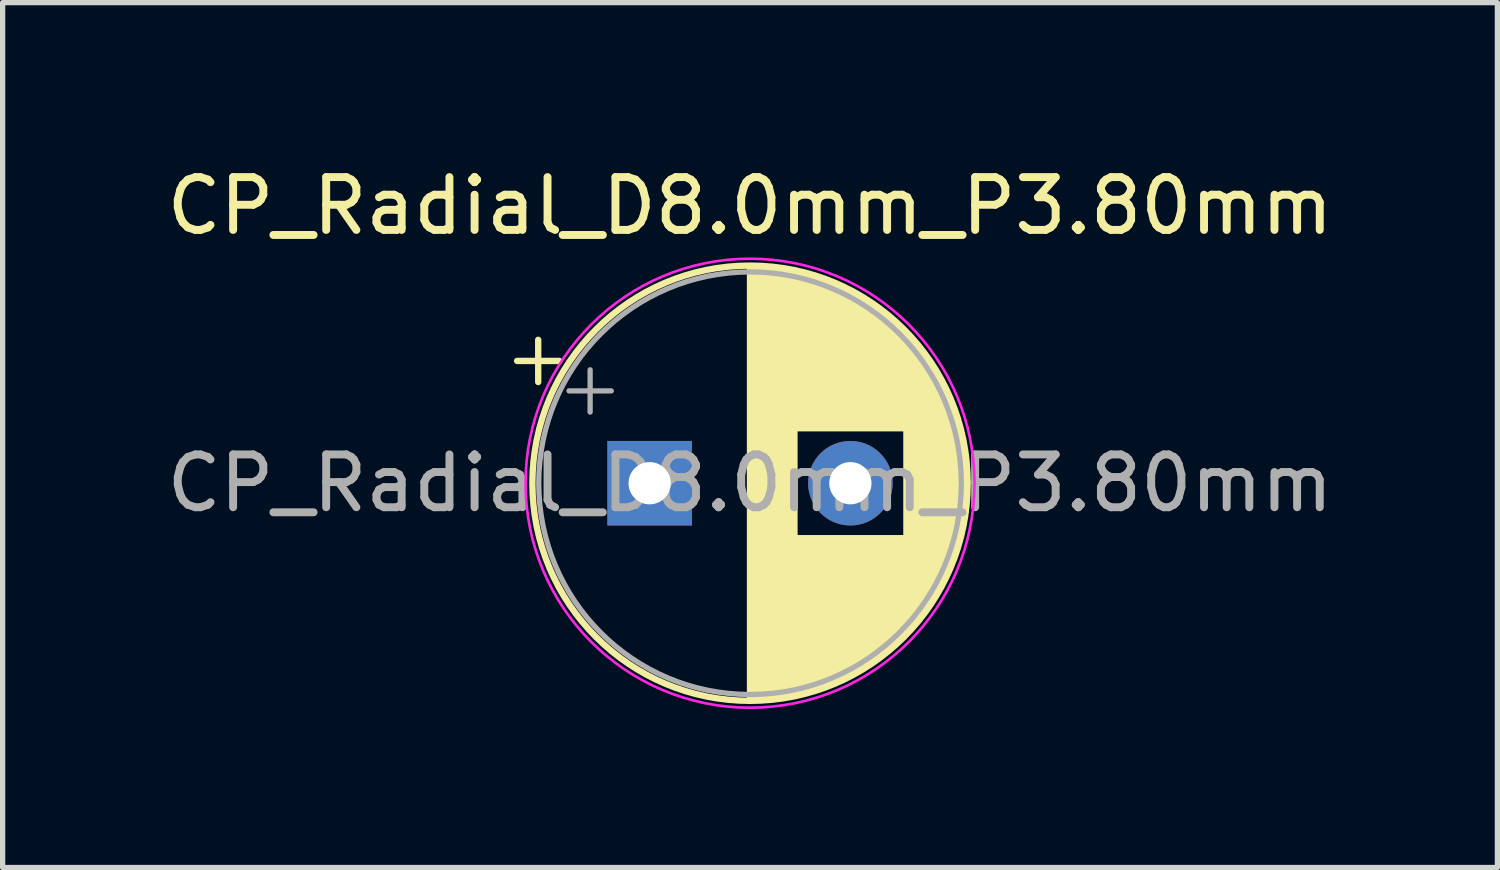
<source format=kicad_pcb>
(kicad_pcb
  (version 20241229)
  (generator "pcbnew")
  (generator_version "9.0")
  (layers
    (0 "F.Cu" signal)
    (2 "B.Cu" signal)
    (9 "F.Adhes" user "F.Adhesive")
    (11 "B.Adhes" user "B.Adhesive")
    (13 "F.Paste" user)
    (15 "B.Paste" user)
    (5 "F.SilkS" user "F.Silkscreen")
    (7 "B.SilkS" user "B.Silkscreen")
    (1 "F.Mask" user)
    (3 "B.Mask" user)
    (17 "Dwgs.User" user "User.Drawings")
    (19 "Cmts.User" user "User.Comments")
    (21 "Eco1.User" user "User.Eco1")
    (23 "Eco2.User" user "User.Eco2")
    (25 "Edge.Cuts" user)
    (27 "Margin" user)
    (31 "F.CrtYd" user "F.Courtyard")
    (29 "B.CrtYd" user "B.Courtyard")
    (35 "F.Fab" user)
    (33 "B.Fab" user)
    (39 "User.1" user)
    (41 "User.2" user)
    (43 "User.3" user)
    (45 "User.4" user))
  (footprint "CP_Radial_D8.0mm_P3.80mm"
    (layer "F.Cu")
    (at 9.249 6.098)
    (property "Reference" "CP_Radial_D8.0mm_P3.80mm" (at 1.9 -5.25 0) (layer "F.SilkS") (effects (font (size 1 1) (thickness 0.15))))
    (attr through_hole)
    (fp_line (start -2.51 -2.315) (end -1.71 -2.315) (stroke (width 0.12) (type solid)) (layer "F.SilkS"))
    (fp_line (start -2.11 -2.715) (end -2.11 -1.915) (stroke (width 0.12) (type solid)) (layer "F.SilkS"))
    (fp_line (start 1.9 -4.08) (end 1.9 4.08) (stroke (width 0.12) (type solid)) (layer "F.SilkS"))
    (fp_line (start 1.94 -4.08) (end 1.94 4.08) (stroke (width 0.12) (type solid)) (layer "F.SilkS"))
    (fp_line (start 1.98 -4.08) (end 1.98 4.08) (stroke (width 0.12) (type solid)) (layer "F.SilkS"))
    (fp_line (start 2.02 -4.079) (end 2.02 4.079) (stroke (width 0.12) (type solid)) (layer "F.SilkS"))
    (fp_line (start 2.06 -4.077) (end 2.06 4.077) (stroke (width 0.12) (type solid)) (layer "F.SilkS"))
    (fp_line (start 2.1 -4.076) (end 2.1 4.076) (stroke (width 0.12) (type solid)) (layer "F.SilkS"))
    (fp_line (start 2.14 -4.074) (end 2.14 4.074) (stroke (width 0.12) (type solid)) (layer "F.SilkS"))
    (fp_line (start 2.18 -4.071) (end 2.18 4.071) (stroke (width 0.12) (type solid)) (layer "F.SilkS"))
    (fp_line (start 2.22 -4.068) (end 2.22 4.068) (stroke (width 0.12) (type solid)) (layer "F.SilkS"))
    (fp_line (start 2.26 -4.065) (end 2.26 4.065) (stroke (width 0.12) (type solid)) (layer "F.SilkS"))
    (fp_line (start 2.3 -4.061) (end 2.3 4.061) (stroke (width 0.12) (type solid)) (layer "F.SilkS"))
    (fp_line (start 2.34 -4.057) (end 2.34 4.057) (stroke (width 0.12) (type solid)) (layer "F.SilkS"))
    (fp_line (start 2.38 -4.052) (end 2.38 4.052) (stroke (width 0.12) (type solid)) (layer "F.SilkS"))
    (fp_line (start 2.42 -4.048) (end 2.42 4.048) (stroke (width 0.12) (type solid)) (layer "F.SilkS"))
    (fp_line (start 2.46 -4.042) (end 2.46 4.042) (stroke (width 0.12) (type solid)) (layer "F.SilkS"))
    (fp_line (start 2.5 -4.037) (end 2.5 4.037) (stroke (width 0.12) (type solid)) (layer "F.SilkS"))
    (fp_line (start 2.54 -4.03) (end 2.54 4.03) (stroke (width 0.12) (type solid)) (layer "F.SilkS"))
    (fp_line (start 2.58 -4.024) (end 2.58 4.024) (stroke (width 0.12) (type solid)) (layer "F.SilkS"))
    (fp_line (start 2.621 -4.017) (end 2.621 4.017) (stroke (width 0.12) (type solid)) (layer "F.SilkS"))
    (fp_line (start 2.661 -4.01) (end 2.661 4.01) (stroke (width 0.12) (type solid)) (layer "F.SilkS"))
    (fp_line (start 2.701 -4.002) (end 2.701 4.002) (stroke (width 0.12) (type solid)) (layer "F.SilkS"))
    (fp_line (start 2.741 -3.994) (end 2.741 3.994) (stroke (width 0.12) (type solid)) (layer "F.SilkS"))
    (fp_line (start 2.781 -3.985) (end 2.781 -1.04) (stroke (width 0.12) (type solid)) (layer "F.SilkS"))
    (fp_line (start 2.781 1.04) (end 2.781 3.985) (stroke (width 0.12) (type solid)) (layer "F.SilkS"))
    (fp_line (start 2.821 -3.976) (end 2.821 -1.04) (stroke (width 0.12) (type solid)) (layer "F.SilkS"))
    (fp_line (start 2.821 1.04) (end 2.821 3.976) (stroke (width 0.12) (type solid)) (layer "F.SilkS"))
    (fp_line (start 2.861 -3.967) (end 2.861 -1.04) (stroke (width 0.12) (type solid)) (layer "F.SilkS"))
    (fp_line (start 2.861 1.04) (end 2.861 3.967) (stroke (width 0.12) (type solid)) (layer "F.SilkS"))
    (fp_line (start 2.901 -3.957) (end 2.901 -1.04) (stroke (width 0.12) (type solid)) (layer "F.SilkS"))
    (fp_line (start 2.901 1.04) (end 2.901 3.957) (stroke (width 0.12) (type solid)) (layer "F.SilkS"))
    (fp_line (start 2.941 -3.947) (end 2.941 -1.04) (stroke (width 0.12) (type solid)) (layer "F.SilkS"))
    (fp_line (start 2.941 1.04) (end 2.941 3.947) (stroke (width 0.12) (type solid)) (layer "F.SilkS"))
    (fp_line (start 2.981 -3.936) (end 2.981 -1.04) (stroke (width 0.12) (type solid)) (layer "F.SilkS"))
    (fp_line (start 2.981 1.04) (end 2.981 3.936) (stroke (width 0.12) (type solid)) (layer "F.SilkS"))
    (fp_line (start 3.021 -3.925) (end 3.021 -1.04) (stroke (width 0.12) (type solid)) (layer "F.SilkS"))
    (fp_line (start 3.021 1.04) (end 3.021 3.925) (stroke (width 0.12) (type solid)) (layer "F.SilkS"))
    (fp_line (start 3.061 -3.914) (end 3.061 -1.04) (stroke (width 0.12) (type solid)) (layer "F.SilkS"))
    (fp_line (start 3.061 1.04) (end 3.061 3.914) (stroke (width 0.12) (type solid)) (layer "F.SilkS"))
    (fp_line (start 3.101 -3.902) (end 3.101 -1.04) (stroke (width 0.12) (type solid)) (layer "F.SilkS"))
    (fp_line (start 3.101 1.04) (end 3.101 3.902) (stroke (width 0.12) (type solid)) (layer "F.SilkS"))
    (fp_line (start 3.141 -3.889) (end 3.141 -1.04) (stroke (width 0.12) (type solid)) (layer "F.SilkS"))
    (fp_line (start 3.141 1.04) (end 3.141 3.889) (stroke (width 0.12) (type solid)) (layer "F.SilkS"))
    (fp_line (start 3.181 -3.877) (end 3.181 -1.04) (stroke (width 0.12) (type solid)) (layer "F.SilkS"))
    (fp_line (start 3.181 1.04) (end 3.181 3.877) (stroke (width 0.12) (type solid)) (layer "F.SilkS"))
    (fp_line (start 3.221 -3.863) (end 3.221 -1.04) (stroke (width 0.12) (type solid)) (layer "F.SilkS"))
    (fp_line (start 3.221 1.04) (end 3.221 3.863) (stroke (width 0.12) (type solid)) (layer "F.SilkS"))
    (fp_line (start 3.261 -3.85) (end 3.261 -1.04) (stroke (width 0.12) (type solid)) (layer "F.SilkS"))
    (fp_line (start 3.261 1.04) (end 3.261 3.85) (stroke (width 0.12) (type solid)) (layer "F.SilkS"))
    (fp_line (start 3.301 -3.835) (end 3.301 -1.04) (stroke (width 0.12) (type solid)) (layer "F.SilkS"))
    (fp_line (start 3.301 1.04) (end 3.301 3.835) (stroke (width 0.12) (type solid)) (layer "F.SilkS"))
    (fp_line (start 3.341 -3.821) (end 3.341 -1.04) (stroke (width 0.12) (type solid)) (layer "F.SilkS"))
    (fp_line (start 3.341 1.04) (end 3.341 3.821) (stroke (width 0.12) (type solid)) (layer "F.SilkS"))
    (fp_line (start 3.381 -3.805) (end 3.381 -1.04) (stroke (width 0.12) (type solid)) (layer "F.SilkS"))
    (fp_line (start 3.381 1.04) (end 3.381 3.805) (stroke (width 0.12) (type solid)) (layer "F.SilkS"))
    (fp_line (start 3.421 -3.79) (end 3.421 -1.04) (stroke (width 0.12) (type solid)) (layer "F.SilkS"))
    (fp_line (start 3.421 1.04) (end 3.421 3.79) (stroke (width 0.12) (type solid)) (layer "F.SilkS"))
    (fp_line (start 3.461 -3.774) (end 3.461 -1.04) (stroke (width 0.12) (type solid)) (layer "F.SilkS"))
    (fp_line (start 3.461 1.04) (end 3.461 3.774) (stroke (width 0.12) (type solid)) (layer "F.SilkS"))
    (fp_line (start 3.501 -3.757) (end 3.501 -1.04) (stroke (width 0.12) (type solid)) (layer "F.SilkS"))
    (fp_line (start 3.501 1.04) (end 3.501 3.757) (stroke (width 0.12) (type solid)) (layer "F.SilkS"))
    (fp_line (start 3.541 -3.74) (end 3.541 -1.04) (stroke (width 0.12) (type solid)) (layer "F.SilkS"))
    (fp_line (start 3.541 1.04) (end 3.541 3.74) (stroke (width 0.12) (type solid)) (layer "F.SilkS"))
    (fp_line (start 3.581 -3.722) (end 3.581 -1.04) (stroke (width 0.12) (type solid)) (layer "F.SilkS"))
    (fp_line (start 3.581 1.04) (end 3.581 3.722) (stroke (width 0.12) (type solid)) (layer "F.SilkS"))
    (fp_line (start 3.621 -3.704) (end 3.621 -1.04) (stroke (width 0.12) (type solid)) (layer "F.SilkS"))
    (fp_line (start 3.621 1.04) (end 3.621 3.704) (stroke (width 0.12) (type solid)) (layer "F.SilkS"))
    (fp_line (start 3.661 -3.686) (end 3.661 -1.04) (stroke (width 0.12) (type solid)) (layer "F.SilkS"))
    (fp_line (start 3.661 1.04) (end 3.661 3.686) (stroke (width 0.12) (type solid)) (layer "F.SilkS"))
    (fp_line (start 3.701 -3.666) (end 3.701 -1.04) (stroke (width 0.12) (type solid)) (layer "F.SilkS"))
    (fp_line (start 3.701 1.04) (end 3.701 3.666) (stroke (width 0.12) (type solid)) (layer "F.SilkS"))
    (fp_line (start 3.741 -3.647) (end 3.741 -1.04) (stroke (width 0.12) (type solid)) (layer "F.SilkS"))
    (fp_line (start 3.741 1.04) (end 3.741 3.647) (stroke (width 0.12) (type solid)) (layer "F.SilkS"))
    (fp_line (start 3.781 -3.627) (end 3.781 -1.04) (stroke (width 0.12) (type solid)) (layer "F.SilkS"))
    (fp_line (start 3.781 1.04) (end 3.781 3.627) (stroke (width 0.12) (type solid)) (layer "F.SilkS"))
    (fp_line (start 3.821 -3.606) (end 3.821 -1.04) (stroke (width 0.12) (type solid)) (layer "F.SilkS"))
    (fp_line (start 3.821 1.04) (end 3.821 3.606) (stroke (width 0.12) (type solid)) (layer "F.SilkS"))
    (fp_line (start 3.861 -3.584) (end 3.861 -1.04) (stroke (width 0.12) (type solid)) (layer "F.SilkS"))
    (fp_line (start 3.861 1.04) (end 3.861 3.584) (stroke (width 0.12) (type solid)) (layer "F.SilkS"))
    (fp_line (start 3.901 -3.562) (end 3.901 -1.04) (stroke (width 0.12) (type solid)) (layer "F.SilkS"))
    (fp_line (start 3.901 1.04) (end 3.901 3.562) (stroke (width 0.12) (type solid)) (layer "F.SilkS"))
    (fp_line (start 3.941 -3.54) (end 3.941 -1.04) (stroke (width 0.12) (type solid)) (layer "F.SilkS"))
    (fp_line (start 3.941 1.04) (end 3.941 3.54) (stroke (width 0.12) (type solid)) (layer "F.SilkS"))
    (fp_line (start 3.981 -3.517) (end 3.981 -1.04) (stroke (width 0.12) (type solid)) (layer "F.SilkS"))
    (fp_line (start 3.981 1.04) (end 3.981 3.517) (stroke (width 0.12) (type solid)) (layer "F.SilkS"))
    (fp_line (start 4.021 -3.493) (end 4.021 -1.04) (stroke (width 0.12) (type solid)) (layer "F.SilkS"))
    (fp_line (start 4.021 1.04) (end 4.021 3.493) (stroke (width 0.12) (type solid)) (layer "F.SilkS"))
    (fp_line (start 4.061 -3.469) (end 4.061 -1.04) (stroke (width 0.12) (type solid)) (layer "F.SilkS"))
    (fp_line (start 4.061 1.04) (end 4.061 3.469) (stroke (width 0.12) (type solid)) (layer "F.SilkS"))
    (fp_line (start 4.101 -3.444) (end 4.101 -1.04) (stroke (width 0.12) (type solid)) (layer "F.SilkS"))
    (fp_line (start 4.101 1.04) (end 4.101 3.444) (stroke (width 0.12) (type solid)) (layer "F.SilkS"))
    (fp_line (start 4.141 -3.418) (end 4.141 -1.04) (stroke (width 0.12) (type solid)) (layer "F.SilkS"))
    (fp_line (start 4.141 1.04) (end 4.141 3.418) (stroke (width 0.12) (type solid)) (layer "F.SilkS"))
    (fp_line (start 4.181 -3.392) (end 4.181 -1.04) (stroke (width 0.12) (type solid)) (layer "F.SilkS"))
    (fp_line (start 4.181 1.04) (end 4.181 3.392) (stroke (width 0.12) (type solid)) (layer "F.SilkS"))
    (fp_line (start 4.221 -3.365) (end 4.221 -1.04) (stroke (width 0.12) (type solid)) (layer "F.SilkS"))
    (fp_line (start 4.221 1.04) (end 4.221 3.365) (stroke (width 0.12) (type solid)) (layer "F.SilkS"))
    (fp_line (start 4.261 -3.338) (end 4.261 -1.04) (stroke (width 0.12) (type solid)) (layer "F.SilkS"))
    (fp_line (start 4.261 1.04) (end 4.261 3.338) (stroke (width 0.12) (type solid)) (layer "F.SilkS"))
    (fp_line (start 4.301 -3.309) (end 4.301 -1.04) (stroke (width 0.12) (type solid)) (layer "F.SilkS"))
    (fp_line (start 4.301 1.04) (end 4.301 3.309) (stroke (width 0.12) (type solid)) (layer "F.SilkS"))
    (fp_line (start 4.341 -3.28) (end 4.341 -1.04) (stroke (width 0.12) (type solid)) (layer "F.SilkS"))
    (fp_line (start 4.341 1.04) (end 4.341 3.28) (stroke (width 0.12) (type solid)) (layer "F.SilkS"))
    (fp_line (start 4.381 -3.25) (end 4.381 -1.04) (stroke (width 0.12) (type solid)) (layer "F.SilkS"))
    (fp_line (start 4.381 1.04) (end 4.381 3.25) (stroke (width 0.12) (type solid)) (layer "F.SilkS"))
    (fp_line (start 4.421 -3.22) (end 4.421 -1.04) (stroke (width 0.12) (type solid)) (layer "F.SilkS"))
    (fp_line (start 4.421 1.04) (end 4.421 3.22) (stroke (width 0.12) (type solid)) (layer "F.SilkS"))
    (fp_line (start 4.461 -3.189) (end 4.461 -1.04) (stroke (width 0.12) (type solid)) (layer "F.SilkS"))
    (fp_line (start 4.461 1.04) (end 4.461 3.189) (stroke (width 0.12) (type solid)) (layer "F.SilkS"))
    (fp_line (start 4.501 -3.156) (end 4.501 -1.04) (stroke (width 0.12) (type solid)) (layer "F.SilkS"))
    (fp_line (start 4.501 1.04) (end 4.501 3.156) (stroke (width 0.12) (type solid)) (layer "F.SilkS"))
    (fp_line (start 4.541 -3.124) (end 4.541 -1.04) (stroke (width 0.12) (type solid)) (layer "F.SilkS"))
    (fp_line (start 4.541 1.04) (end 4.541 3.124) (stroke (width 0.12) (type solid)) (layer "F.SilkS"))
    (fp_line (start 4.581 -3.09) (end 4.581 -1.04) (stroke (width 0.12) (type solid)) (layer "F.SilkS"))
    (fp_line (start 4.581 1.04) (end 4.581 3.09) (stroke (width 0.12) (type solid)) (layer "F.SilkS"))
    (fp_line (start 4.621 -3.055) (end 4.621 -1.04) (stroke (width 0.12) (type solid)) (layer "F.SilkS"))
    (fp_line (start 4.621 1.04) (end 4.621 3.055) (stroke (width 0.12) (type solid)) (layer "F.SilkS"))
    (fp_line (start 4.661 -3.019) (end 4.661 -1.04) (stroke (width 0.12) (type solid)) (layer "F.SilkS"))
    (fp_line (start 4.661 1.04) (end 4.661 3.019) (stroke (width 0.12) (type solid)) (layer "F.SilkS"))
    (fp_line (start 4.701 -2.983) (end 4.701 -1.04) (stroke (width 0.12) (type solid)) (layer "F.SilkS"))
    (fp_line (start 4.701 1.04) (end 4.701 2.983) (stroke (width 0.12) (type solid)) (layer "F.SilkS"))
    (fp_line (start 4.741 -2.945) (end 4.741 -1.04) (stroke (width 0.12) (type solid)) (layer "F.SilkS"))
    (fp_line (start 4.741 1.04) (end 4.741 2.945) (stroke (width 0.12) (type solid)) (layer "F.SilkS"))
    (fp_line (start 4.781 -2.907) (end 4.781 -1.04) (stroke (width 0.12) (type solid)) (layer "F.SilkS"))
    (fp_line (start 4.781 1.04) (end 4.781 2.907) (stroke (width 0.12) (type solid)) (layer "F.SilkS"))
    (fp_line (start 4.821 -2.867) (end 4.821 -1.04) (stroke (width 0.12) (type solid)) (layer "F.SilkS"))
    (fp_line (start 4.821 1.04) (end 4.821 2.867) (stroke (width 0.12) (type solid)) (layer "F.SilkS"))
    (fp_line (start 4.861 -2.826) (end 4.861 2.826) (stroke (width 0.12) (type solid)) (layer "F.SilkS"))
    (fp_line (start 4.901 -2.784) (end 4.901 2.784) (stroke (width 0.12) (type solid)) (layer "F.SilkS"))
    (fp_line (start 4.941 -2.741) (end 4.941 2.741) (stroke (width 0.12) (type solid)) (layer "F.SilkS"))
    (fp_line (start 4.981 -2.697) (end 4.981 2.697) (stroke (width 0.12) (type solid)) (layer "F.SilkS"))
    (fp_line (start 5.021 -2.651) (end 5.021 2.651) (stroke (width 0.12) (type solid)) (layer "F.SilkS"))
    (fp_line (start 5.061 -2.604) (end 5.061 2.604) (stroke (width 0.12) (type solid)) (layer "F.SilkS"))
    (fp_line (start 5.101 -2.556) (end 5.101 2.556) (stroke (width 0.12) (type solid)) (layer "F.SilkS"))
    (fp_line (start 5.141 -2.505) (end 5.141 2.505) (stroke (width 0.12) (type solid)) (layer "F.SilkS"))
    (fp_line (start 5.181 -2.454) (end 5.181 2.454) (stroke (width 0.12) (type solid)) (layer "F.SilkS"))
    (fp_line (start 5.221 -2.4) (end 5.221 2.4) (stroke (width 0.12) (type solid)) (layer "F.SilkS"))
    (fp_line (start 5.261 -2.345) (end 5.261 2.345) (stroke (width 0.12) (type solid)) (layer "F.SilkS"))
    (fp_line (start 5.301 -2.287) (end 5.301 2.287) (stroke (width 0.12) (type solid)) (layer "F.SilkS"))
    (fp_line (start 5.341 -2.228) (end 5.341 2.228) (stroke (width 0.12) (type solid)) (layer "F.SilkS"))
    (fp_line (start 5.381 -2.166) (end 5.381 2.166) (stroke (width 0.12) (type solid)) (layer "F.SilkS"))
    (fp_line (start 5.421 -2.102) (end 5.421 2.102) (stroke (width 0.12) (type solid)) (layer "F.SilkS"))
    (fp_line (start 5.461 -2.034) (end 5.461 2.034) (stroke (width 0.12) (type solid)) (layer "F.SilkS"))
    (fp_line (start 5.501 -1.964) (end 5.501 1.964) (stroke (width 0.12) (type solid)) (layer "F.SilkS"))
    (fp_line (start 5.541 -1.89) (end 5.541 1.89) (stroke (width 0.12) (type solid)) (layer "F.SilkS"))
    (fp_line (start 5.581 -1.813) (end 5.581 1.813) (stroke (width 0.12) (type solid)) (layer "F.SilkS"))
    (fp_line (start 5.621 -1.731) (end 5.621 1.731) (stroke (width 0.12) (type solid)) (layer "F.SilkS"))
    (fp_line (start 5.661 -1.645) (end 5.661 1.645) (stroke (width 0.12) (type solid)) (layer "F.SilkS"))
    (fp_line (start 5.701 -1.552) (end 5.701 1.552) (stroke (width 0.12) (type solid)) (layer "F.SilkS"))
    (fp_line (start 5.741 -1.453) (end 5.741 1.453) (stroke (width 0.12) (type solid)) (layer "F.SilkS"))
    (fp_line (start 5.781 -1.346) (end 5.781 1.346) (stroke (width 0.12) (type solid)) (layer "F.SilkS"))
    (fp_line (start 5.821 -1.229) (end 5.821 1.229) (stroke (width 0.12) (type solid)) (layer "F.SilkS"))
    (fp_line (start 5.861 -1.098) (end 5.861 1.098) (stroke (width 0.12) (type solid)) (layer "F.SilkS"))
    (fp_line (start 5.901 -0.948) (end 5.901 0.948) (stroke (width 0.12) (type solid)) (layer "F.SilkS"))
    (fp_line (start 5.941 -0.768) (end 5.941 0.768) (stroke (width 0.12) (type solid)) (layer "F.SilkS"))
    (fp_line (start 5.981 -0.533) (end 5.981 0.533) (stroke (width 0.12) (type solid)) (layer "F.SilkS"))
    (fp_circle (center 1.9 0) (end 6.02 0) (stroke (width 0.12) (type solid)) (fill no) (layer "F.SilkS"))
    (fp_circle (center 1.9 0) (end 6.15 0) (stroke (width 0.05) (type solid)) (fill no) (layer "F.CrtYd"))
    (fp_line (start -1.527 -1.748) (end -0.727 -1.748) (stroke (width 0.1) (type solid)) (layer "F.Fab"))
    (fp_line (start -1.127 -2.147) (end -1.127 -1.347) (stroke (width 0.1) (type solid)) (layer "F.Fab"))
    (fp_circle (center 1.9 0) (end 5.9 0) (stroke (width 0.1) (type solid)) (fill no) (layer "F.Fab"))
    (fp_text user "${REFERENCE}" (at 1.9 0 0) (layer "F.Fab") (effects (font (size 1 1) (thickness 0.15))))
    (pad "1" thru_hole rect (at 0 0) (size 1.6 1.6) (drill 0.8) (layers "*.Cu" "*.Mask"))
    (pad "2" thru_hole circle (at 3.8 0) (size 1.6 1.6) (drill 0.8) (layers "*.Cu" "*.Mask")))
  (gr_rect
    (start -3 -3)
    (end 25.298 13.373)
    (stroke (width 0.1) (type default))
    (fill no)
    (layer "Edge.Cuts")))
</source>
